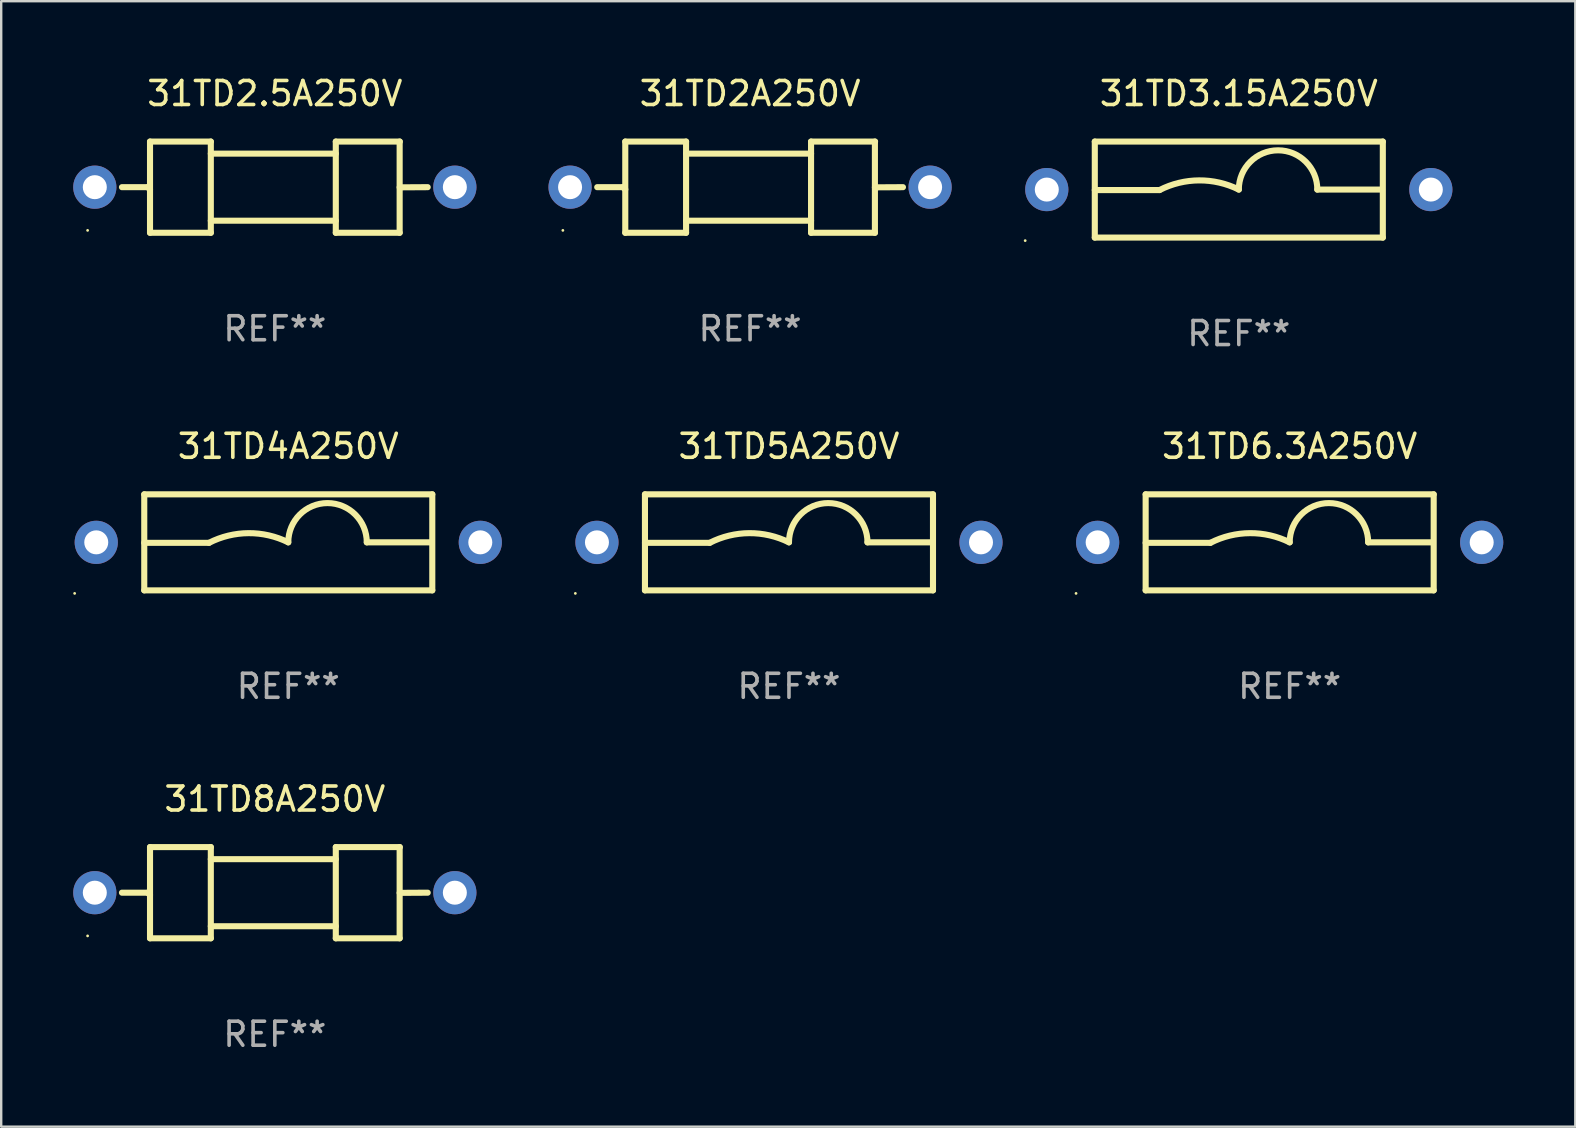
<source format=kicad_pcb>
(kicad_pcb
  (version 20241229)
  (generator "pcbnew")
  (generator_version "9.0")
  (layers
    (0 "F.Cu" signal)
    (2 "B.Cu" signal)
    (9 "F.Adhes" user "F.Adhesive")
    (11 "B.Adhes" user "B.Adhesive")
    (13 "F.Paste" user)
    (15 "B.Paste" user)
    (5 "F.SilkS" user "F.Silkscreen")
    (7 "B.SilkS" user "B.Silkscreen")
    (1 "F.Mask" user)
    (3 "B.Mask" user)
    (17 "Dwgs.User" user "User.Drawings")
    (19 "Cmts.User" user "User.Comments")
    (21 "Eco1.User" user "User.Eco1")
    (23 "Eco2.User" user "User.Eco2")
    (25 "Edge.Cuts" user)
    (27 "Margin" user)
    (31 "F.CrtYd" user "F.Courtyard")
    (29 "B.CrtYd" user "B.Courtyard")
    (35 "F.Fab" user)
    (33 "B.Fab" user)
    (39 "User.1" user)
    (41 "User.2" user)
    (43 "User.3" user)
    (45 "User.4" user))
  (footprint "31TD4A250V"
    (layer "F.Cu")
    (at 8.96 19.545)
    (property "Reference" "31TD4A250V" (at 0 -4 0) (layer "F.SilkS") (effects (font (size 1 1) (thickness 0.15))))
    (attr through_hole)
    (fp_line (start -6 -2) (end 6 -2) (stroke (width 0.254) (type solid)) (layer "F.SilkS"))
    (fp_line (start -6 0.02) (end -3.302 0.02) (stroke (width 0.254) (type solid)) (layer "F.SilkS"))
    (fp_line (start -6 2) (end -6 -2) (stroke (width 0.254) (type solid)) (layer "F.SilkS"))
    (fp_line (start 5.969 0) (end 3.271 0) (stroke (width 0.254) (type solid)) (layer "F.SilkS"))
    (fp_line (start 6 -2) (end 6 2) (stroke (width 0.254) (type solid)) (layer "F.SilkS"))
    (fp_line (start 6 2) (end -6 2) (stroke (width 0.254) (type solid)) (layer "F.SilkS"))
    (fp_arc (start -3.302007 0.020218) (mid -1.653409 -0.382715) (end 0 0) (stroke (width 0.254001) (type solid)) (layer "F.SilkS"))
    (fp_arc (start 0.000001 0) (mid 1.635497 -1.634823) (end 3.270993 0) (stroke (width 0.254001) (type solid)) (layer "F.SilkS"))
    (fp_circle (center -8.9 2.127) (end -8.87 2.127) (stroke (width 0.06) (type solid)) (fill no) (layer "F.SilkS"))
    (fp_text user "REF**" (at 0 6 0) (layer "F.Fab") (effects (font (size 1 1) (thickness 0.15))))
    (pad "1" thru_hole circle (at -8 0) (size 1.8 1.8) (drill 1) (layers "*.Cu" "*.Mask"))
    (pad "2" thru_hole circle (at 8 0) (size 1.8 1.8) (drill 1) (layers "*.Cu" "*.Mask")))
  (footprint "31TD3.15A250V"
    (layer "F.Cu")
    (at 48.561 4.848)
    (property "Reference" "31TD3.15A250V" (at 0 -4 0) (layer "F.SilkS") (effects (font (size 1 1) (thickness 0.15))))
    (attr through_hole)
    (fp_line (start -6 -2) (end 6 -2) (stroke (width 0.254) (type solid)) (layer "F.SilkS"))
    (fp_line (start -6 0.02) (end -3.302 0.02) (stroke (width 0.254) (type solid)) (layer "F.SilkS"))
    (fp_line (start -6 2) (end -6 -2) (stroke (width 0.254) (type solid)) (layer "F.SilkS"))
    (fp_line (start 5.969 0) (end 3.271 0) (stroke (width 0.254) (type solid)) (layer "F.SilkS"))
    (fp_line (start 6 -2) (end 6 2) (stroke (width 0.254) (type solid)) (layer "F.SilkS"))
    (fp_line (start 6 2) (end -6 2) (stroke (width 0.254) (type solid)) (layer "F.SilkS"))
    (fp_arc (start -3.302007 0.020218) (mid -1.653409 -0.382715) (end 0 0) (stroke (width 0.254001) (type solid)) (layer "F.SilkS"))
    (fp_arc (start 0.000001 0) (mid 1.635497 -1.634823) (end 3.270993 0) (stroke (width 0.254001) (type solid)) (layer "F.SilkS"))
    (fp_circle (center -8.9 2.127) (end -8.87 2.127) (stroke (width 0.06) (type solid)) (fill no) (layer "F.SilkS"))
    (fp_text user "REF**" (at 0 6 0) (layer "F.Fab") (effects (font (size 1 1) (thickness 0.15))))
    (pad "1" thru_hole circle (at -8 0) (size 1.8 1.8) (drill 1) (layers "*.Cu" "*.Mask"))
    (pad "2" thru_hole circle (at 8 0) (size 1.8 1.8) (drill 1) (layers "*.Cu" "*.Mask")))
  (footprint "31TD6.3A250V"
    (layer "F.Cu")
    (at 50.68 19.545)
    (property "Reference" "31TD6.3A250V" (at 0 -4 0) (layer "F.SilkS") (effects (font (size 1 1) (thickness 0.15))))
    (attr through_hole)
    (fp_line (start -6 -2) (end 6 -2) (stroke (width 0.254) (type solid)) (layer "F.SilkS"))
    (fp_line (start -6 0.02) (end -3.302 0.02) (stroke (width 0.254) (type solid)) (layer "F.SilkS"))
    (fp_line (start -6 2) (end -6 -2) (stroke (width 0.254) (type solid)) (layer "F.SilkS"))
    (fp_line (start 5.969 0) (end 3.271 0) (stroke (width 0.254) (type solid)) (layer "F.SilkS"))
    (fp_line (start 6 -2) (end 6 2) (stroke (width 0.254) (type solid)) (layer "F.SilkS"))
    (fp_line (start 6 2) (end -6 2) (stroke (width 0.254) (type solid)) (layer "F.SilkS"))
    (fp_arc (start -3.302007 0.020218) (mid -1.653409 -0.382715) (end 0 0) (stroke (width 0.254001) (type solid)) (layer "F.SilkS"))
    (fp_arc (start 0.000001 0) (mid 1.635497 -1.634823) (end 3.270993 0) (stroke (width 0.254001) (type solid)) (layer "F.SilkS"))
    (fp_circle (center -8.9 2.127) (end -8.87 2.127) (stroke (width 0.06) (type solid)) (fill no) (layer "F.SilkS"))
    (fp_text user "REF**" (at 0 6 0) (layer "F.Fab") (effects (font (size 1 1) (thickness 0.15))))
    (pad "1" thru_hole circle (at -8 0) (size 1.8 1.8) (drill 1) (layers "*.Cu" "*.Mask"))
    (pad "2" thru_hole circle (at 8 0) (size 1.8 1.8) (drill 1) (layers "*.Cu" "*.Mask")))
  (footprint "31TD5A250V"
    (layer "F.Cu")
    (at 29.82 19.545)
    (property "Reference" "31TD5A250V" (at 0 -4 0) (layer "F.SilkS") (effects (font (size 1 1) (thickness 0.15))))
    (attr through_hole)
    (fp_line (start -6 -2) (end 6 -2) (stroke (width 0.254) (type solid)) (layer "F.SilkS"))
    (fp_line (start -6 0.02) (end -3.302 0.02) (stroke (width 0.254) (type solid)) (layer "F.SilkS"))
    (fp_line (start -6 2) (end -6 -2) (stroke (width 0.254) (type solid)) (layer "F.SilkS"))
    (fp_line (start 5.969 0) (end 3.271 0) (stroke (width 0.254) (type solid)) (layer "F.SilkS"))
    (fp_line (start 6 -2) (end 6 2) (stroke (width 0.254) (type solid)) (layer "F.SilkS"))
    (fp_line (start 6 2) (end -6 2) (stroke (width 0.254) (type solid)) (layer "F.SilkS"))
    (fp_arc (start -3.302007 0.020218) (mid -1.653409 -0.382715) (end 0 0) (stroke (width 0.254001) (type solid)) (layer "F.SilkS"))
    (fp_arc (start 0.000001 0) (mid 1.635497 -1.634823) (end 3.270993 0) (stroke (width 0.254001) (type solid)) (layer "F.SilkS"))
    (fp_circle (center -8.9 2.127) (end -8.87 2.127) (stroke (width 0.06) (type solid)) (fill no) (layer "F.SilkS"))
    (fp_text user "REF**" (at 0 6 0) (layer "F.Fab") (effects (font (size 1 1) (thickness 0.15))))
    (pad "1" thru_hole circle (at -8 0) (size 1.8 1.8) (drill 1) (layers "*.Cu" "*.Mask"))
    (pad "2" thru_hole circle (at 8 0) (size 1.8 1.8) (drill 1) (layers "*.Cu" "*.Mask")))
  (footprint "31TD2A250V"
    (layer "F.Cu")
    (at 28.2 4.748)
    (property "Reference" "31TD2A250V" (at 0 -3.9 0) (layer "F.SilkS") (effects (font (size 1 1) (thickness 0.15))))
    (attr through_hole)
    (fp_line (start -6.369 -0.000013) (end -5.295 -0.000013) (stroke (width 0.254) (type solid)) (layer "F.SilkS"))
    (fp_line (start -5.295 -0.000013) (end -5.2 0.095) (stroke (width 0.254) (type solid)) (layer "F.SilkS"))
    (fp_line (start -5.2 -1.9) (end -5.2 1.9) (stroke (width 0.254) (type solid)) (layer "F.SilkS"))
    (fp_line (start -5.2 -1.9) (end -2.667 -1.9) (stroke (width 0.254) (type solid)) (layer "F.SilkS"))
    (fp_line (start -5.2 1.9) (end -2.667 1.9) (stroke (width 0.254) (type solid)) (layer "F.SilkS"))
    (fp_line (start -2.667 -1.9) (end -2.667 1.9) (stroke (width 0.254) (type solid)) (layer "F.SilkS"))
    (fp_line (start -2.667 -1.397) (end 2.54 -1.397) (stroke (width 0.254) (type solid)) (layer "F.SilkS"))
    (fp_line (start -2.667 1.397) (end 2.54 1.397) (stroke (width 0.254) (type solid)) (layer "F.SilkS"))
    (fp_line (start 2.54 -1.9) (end 2.54 1.9) (stroke (width 0.254) (type solid)) (layer "F.SilkS"))
    (fp_line (start 2.54 -1.9) (end 5.207 -1.9) (stroke (width 0.254) (type solid)) (layer "F.SilkS"))
    (fp_line (start 2.54 1.9) (end 5.2 1.9) (stroke (width 0.254) (type solid)) (layer "F.SilkS"))
    (fp_line (start 5.2 -1.9) (end 5.2 1.9) (stroke (width 0.254) (type solid)) (layer "F.SilkS"))
    (fp_line (start 6.369 -0.000013) (end 5.2 0.007) (stroke (width 0.254) (type solid)) (layer "F.SilkS"))
    (fp_circle (center -7.8 1.8) (end -7.77 1.8) (stroke (width 0.06) (type solid)) (fill no) (layer "F.SilkS"))
    (fp_text user "REF**" (at 0 5.9 0) (layer "F.Fab") (effects (font (size 1 1) (thickness 0.15))))
    (pad "1" thru_hole circle (at -7.5 -0.000013) (size 1.8 1.8) (drill 1) (layers "*.Cu" "*.Mask"))
    (pad "2" thru_hole circle (at 7.5 -0.000013) (size 1.8 1.8) (drill 1) (layers "*.Cu" "*.Mask")))
  (footprint "31TD2.5A250V"
    (layer "F.Cu")
    (at 8.4 4.748)
    (property "Reference" "31TD2.5A250V" (at 0 -3.9 0) (layer "F.SilkS") (effects (font (size 1 1) (thickness 0.15))))
    (attr through_hole)
    (fp_line (start -6.369 -0.000013) (end -5.295 -0.000013) (stroke (width 0.254) (type solid)) (layer "F.SilkS"))
    (fp_line (start -5.295 -0.000013) (end -5.2 0.095) (stroke (width 0.254) (type solid)) (layer "F.SilkS"))
    (fp_line (start -5.2 -1.9) (end -5.2 1.9) (stroke (width 0.254) (type solid)) (layer "F.SilkS"))
    (fp_line (start -5.2 -1.9) (end -2.667 -1.9) (stroke (width 0.254) (type solid)) (layer "F.SilkS"))
    (fp_line (start -5.2 1.9) (end -2.667 1.9) (stroke (width 0.254) (type solid)) (layer "F.SilkS"))
    (fp_line (start -2.667 -1.9) (end -2.667 1.9) (stroke (width 0.254) (type solid)) (layer "F.SilkS"))
    (fp_line (start -2.667 -1.397) (end 2.54 -1.397) (stroke (width 0.254) (type solid)) (layer "F.SilkS"))
    (fp_line (start -2.667 1.397) (end 2.54 1.397) (stroke (width 0.254) (type solid)) (layer "F.SilkS"))
    (fp_line (start 2.54 -1.9) (end 2.54 1.9) (stroke (width 0.254) (type solid)) (layer "F.SilkS"))
    (fp_line (start 2.54 -1.9) (end 5.207 -1.9) (stroke (width 0.254) (type solid)) (layer "F.SilkS"))
    (fp_line (start 2.54 1.9) (end 5.2 1.9) (stroke (width 0.254) (type solid)) (layer "F.SilkS"))
    (fp_line (start 5.2 -1.9) (end 5.2 1.9) (stroke (width 0.254) (type solid)) (layer "F.SilkS"))
    (fp_line (start 6.369 -0.000013) (end 5.2 0.007) (stroke (width 0.254) (type solid)) (layer "F.SilkS"))
    (fp_circle (center -7.8 1.8) (end -7.77 1.8) (stroke (width 0.06) (type solid)) (fill no) (layer "F.SilkS"))
    (fp_text user "REF**" (at 0 5.9 0) (layer "F.Fab") (effects (font (size 1 1) (thickness 0.15))))
    (pad "1" thru_hole circle (at -7.5 -0.000013) (size 1.8 1.8) (drill 1) (layers "*.Cu" "*.Mask"))
    (pad "2" thru_hole circle (at 7.5 -0.000013) (size 1.8 1.8) (drill 1) (layers "*.Cu" "*.Mask")))
  (footprint "31TD8A250V"
    (layer "F.Cu")
    (at 8.4 34.141)
    (property "Reference" "31TD8A250V" (at 0 -3.9 0) (layer "F.SilkS") (effects (font (size 1 1) (thickness 0.15))))
    (attr through_hole)
    (fp_line (start -6.369 -0.000013) (end -5.295 -0.000013) (stroke (width 0.254) (type solid)) (layer "F.SilkS"))
    (fp_line (start -5.295 -0.000013) (end -5.2 0.095) (stroke (width 0.254) (type solid)) (layer "F.SilkS"))
    (fp_line (start -5.2 -1.9) (end -5.2 1.9) (stroke (width 0.254) (type solid)) (layer "F.SilkS"))
    (fp_line (start -5.2 -1.9) (end -2.667 -1.9) (stroke (width 0.254) (type solid)) (layer "F.SilkS"))
    (fp_line (start -5.2 1.9) (end -2.667 1.9) (stroke (width 0.254) (type solid)) (layer "F.SilkS"))
    (fp_line (start -2.667 -1.9) (end -2.667 1.9) (stroke (width 0.254) (type solid)) (layer "F.SilkS"))
    (fp_line (start -2.667 -1.397) (end 2.54 -1.397) (stroke (width 0.254) (type solid)) (layer "F.SilkS"))
    (fp_line (start -2.667 1.397) (end 2.54 1.397) (stroke (width 0.254) (type solid)) (layer "F.SilkS"))
    (fp_line (start 2.54 -1.9) (end 2.54 1.9) (stroke (width 0.254) (type solid)) (layer "F.SilkS"))
    (fp_line (start 2.54 -1.9) (end 5.207 -1.9) (stroke (width 0.254) (type solid)) (layer "F.SilkS"))
    (fp_line (start 2.54 1.9) (end 5.2 1.9) (stroke (width 0.254) (type solid)) (layer "F.SilkS"))
    (fp_line (start 5.2 -1.9) (end 5.2 1.9) (stroke (width 0.254) (type solid)) (layer "F.SilkS"))
    (fp_line (start 6.369 -0.000013) (end 5.2 0.007) (stroke (width 0.254) (type solid)) (layer "F.SilkS"))
    (fp_circle (center -7.8 1.8) (end -7.77 1.8) (stroke (width 0.06) (type solid)) (fill no) (layer "F.SilkS"))
    (fp_text user "REF**" (at 0 5.9 0) (layer "F.Fab") (effects (font (size 1 1) (thickness 0.15))))
    (pad "1" thru_hole circle (at -7.5 -0.000013) (size 1.8 1.8) (drill 1) (layers "*.Cu" "*.Mask"))
    (pad "2" thru_hole circle (at 7.5 -0.000013) (size 1.8 1.8) (drill 1) (layers "*.Cu" "*.Mask")))
  (gr_rect
    (start -3 -3)
    (end 62.58 43.889)
    (stroke (width 0.1) (type default))
    (fill no)
    (layer "Edge.Cuts")))
</source>
